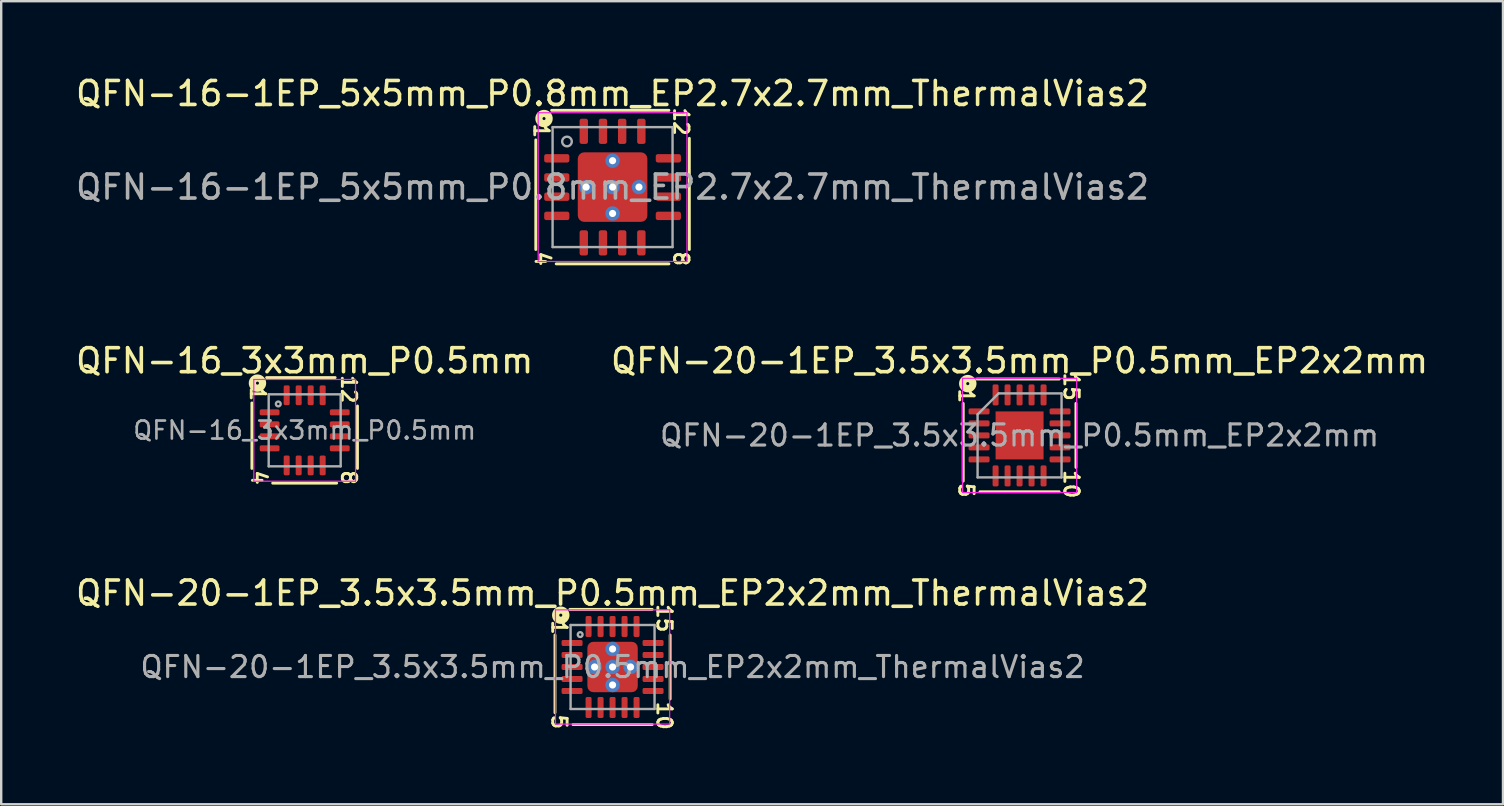
<source format=kicad_pcb>
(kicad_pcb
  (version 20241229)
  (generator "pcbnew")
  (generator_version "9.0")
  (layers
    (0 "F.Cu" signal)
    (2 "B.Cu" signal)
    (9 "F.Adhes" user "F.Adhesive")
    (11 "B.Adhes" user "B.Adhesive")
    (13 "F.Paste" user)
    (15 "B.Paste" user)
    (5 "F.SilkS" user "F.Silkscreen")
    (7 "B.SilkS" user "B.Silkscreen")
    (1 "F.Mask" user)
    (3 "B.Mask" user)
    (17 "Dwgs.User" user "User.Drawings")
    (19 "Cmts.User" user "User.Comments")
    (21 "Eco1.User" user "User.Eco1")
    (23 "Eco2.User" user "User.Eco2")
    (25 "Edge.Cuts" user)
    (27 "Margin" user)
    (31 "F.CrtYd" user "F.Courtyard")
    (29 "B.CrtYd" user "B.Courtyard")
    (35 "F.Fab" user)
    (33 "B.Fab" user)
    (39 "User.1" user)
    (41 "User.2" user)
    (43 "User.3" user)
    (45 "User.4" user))
  (footprint "QFN-20-1EP_3.5x3.5mm_P0.5mm_EP2x2mm_ThermalVias2"
    (layer "F.Cu")
    (at 22.482 24.75)
    (property "Reference" "QFN-20-1EP_3.5x3.5mm_P0.5mm_EP2x2mm_ThermalVias2" (at 0 -3.08 0) (layer "F.SilkS") (effects (font (size 1 1) (thickness 0.15))))
    (attr smd)
    (fp_line (start -2.4 -1.333) (end -2.4 1.905) (stroke (width 0.12) (type solid)) (layer "F.SilkS"))
    (fp_line (start -1.651 2.4) (end 1.651 2.4) (stroke (width 0.12) (type solid)) (layer "F.SilkS"))
    (fp_line (start 1.651 -2.4) (end -1.778 -2.4) (stroke (width 0.12) (type solid)) (layer "F.SilkS"))
    (fp_line (start 2.4 1.333) (end 2.4 -1.333) (stroke (width 0.12) (type solid)) (layer "F.SilkS"))
    (fp_circle (center -2.159 -2.159) (end -2.095 -2.159) (stroke (width 0.3) (type solid)) (fill no) (layer "F.SilkS"))
    (fp_line (start -2.38 -2.38) (end -2.38 2.38) (stroke (width 0.05) (type solid)) (layer "F.CrtYd"))
    (fp_line (start -2.38 2.38) (end 2.38 2.38) (stroke (width 0.05) (type solid)) (layer "F.CrtYd"))
    (fp_line (start 2.38 -2.38) (end -2.38 -2.38) (stroke (width 0.05) (type solid)) (layer "F.CrtYd"))
    (fp_line (start 2.38 2.38) (end 2.38 -2.38) (stroke (width 0.05) (type solid)) (layer "F.CrtYd"))
    (fp_line (start -1.75 -1.75) (end 1.75 -1.75) (stroke (width 0.1) (type solid)) (layer "F.Fab"))
    (fp_line (start -1.75 1.75) (end -1.75 -1.75) (stroke (width 0.1) (type solid)) (layer "F.Fab"))
    (fp_line (start 1.75 -1.75) (end 1.75 1.75) (stroke (width 0.1) (type solid)) (layer "F.Fab"))
    (fp_line (start 1.75 1.75) (end -1.75 1.75) (stroke (width 0.1) (type solid)) (layer "F.Fab"))
    (fp_circle (center -1.35 -1.35) (end -1.25 -1.35) (stroke (width 0.1) (type solid)) (fill no) (layer "F.Fab"))
    (fp_text user "5" (at -2.223 2.286 270) (unlocked yes) (layer "F.SilkS") (effects (font (size 0.6 0.6) (thickness 0.12))))
    (fp_text user "1" (at -2.223 -1.651 270) (unlocked yes) (layer "F.SilkS") (effects (font (size 0.6 0.6) (thickness 0.12))))
    (fp_text user "15" (at 2.159 -2.032 270) (unlocked yes) (layer "F.SilkS") (effects (font (size 0.6 0.6) (thickness 0.12))))
    (fp_text user "10" (at 2.159 2.032 270) (unlocked yes) (layer "F.SilkS") (effects (font (size 0.6 0.6) (thickness 0.12))))
    (fp_text user "${REFERENCE}" (at 0 0 0) (layer "F.Fab") (effects (font (size 0.88 0.88) (thickness 0.13))))
    (pad "" smd roundrect (at -0.625 -0.625) (size 0.5 0.5) (layers "F.Paste") (roundrect_rratio 0.25))
    (pad "" smd roundrect (at -0.625 -0.625) (size 0.65 0.65) (layers "F.Mask") (roundrect_rratio 0.25))
    (pad "" smd roundrect (at -0.625 0.625) (size 0.5 0.5) (layers "F.Paste") (roundrect_rratio 0.25))
    (pad "" smd roundrect (at -0.625 0.625) (size 0.65 0.65) (layers "F.Mask") (roundrect_rratio 0.25))
    (pad "" smd roundrect (at 0.625 -0.625) (size 0.5 0.5) (layers "F.Paste") (roundrect_rratio 0.25))
    (pad "" smd roundrect (at 0.625 -0.625) (size 0.65 0.65) (layers "F.Mask") (roundrect_rratio 0.25))
    (pad "" smd roundrect (at 0.625 0.625) (size 0.5 0.5) (layers "F.Paste") (roundrect_rratio 0.25))
    (pad "" smd roundrect (at 0.625 0.625) (size 0.65 0.65) (layers "F.Mask") (roundrect_rratio 0.25))
    (pad "1" smd roundrect (at -1.688 -1) (size 0.875 0.25) (layers "F.Cu" "F.Mask" "F.Paste") (roundrect_rratio 0.25))
    (pad "2" smd roundrect (at -1.688 -0.5) (size 0.875 0.25) (layers "F.Cu" "F.Mask" "F.Paste") (roundrect_rratio 0.25))
    (pad "3" smd roundrect (at -1.688 0) (size 0.875 0.25) (layers "F.Cu" "F.Mask" "F.Paste") (roundrect_rratio 0.25))
    (pad "4" smd roundrect (at -1.688 0.5) (size 0.875 0.25) (layers "F.Cu" "F.Mask" "F.Paste") (roundrect_rratio 0.25))
    (pad "5" smd roundrect (at -1.688 1) (size 0.875 0.25) (layers "F.Cu" "F.Mask" "F.Paste") (roundrect_rratio 0.25))
    (pad "6" smd roundrect (at -1 1.688) (size 0.25 0.875) (layers "F.Cu" "F.Mask" "F.Paste") (roundrect_rratio 0.25))
    (pad "7" smd roundrect (at -0.5 1.688) (size 0.25 0.875) (layers "F.Cu" "F.Mask" "F.Paste") (roundrect_rratio 0.25))
    (pad "8" smd roundrect (at 0 1.688) (size 0.25 0.875) (layers "F.Cu" "F.Mask" "F.Paste") (roundrect_rratio 0.25))
    (pad "9" smd roundrect (at 0.5 1.688) (size 0.25 0.875) (layers "F.Cu" "F.Mask" "F.Paste") (roundrect_rratio 0.25))
    (pad "10" smd roundrect (at 1 1.688) (size 0.25 0.875) (layers "F.Cu" "F.Mask" "F.Paste") (roundrect_rratio 0.25))
    (pad "11" smd roundrect (at 1.688 1) (size 0.875 0.25) (layers "F.Cu" "F.Mask" "F.Paste") (roundrect_rratio 0.25))
    (pad "12" smd roundrect (at 1.688 0.5) (size 0.875 0.25) (layers "F.Cu" "F.Mask" "F.Paste") (roundrect_rratio 0.25))
    (pad "13" smd roundrect (at 1.688 0) (size 0.875 0.25) (layers "F.Cu" "F.Mask" "F.Paste") (roundrect_rratio 0.25))
    (pad "14" smd roundrect (at 1.688 -0.5) (size 0.875 0.25) (layers "F.Cu" "F.Mask" "F.Paste") (roundrect_rratio 0.25))
    (pad "15" smd roundrect (at 1.688 -1) (size 0.875 0.25) (layers "F.Cu" "F.Mask" "F.Paste") (roundrect_rratio 0.25))
    (pad "16" smd roundrect (at 1 -1.688) (size 0.25 0.875) (layers "F.Cu" "F.Mask" "F.Paste") (roundrect_rratio 0.25))
    (pad "17" smd roundrect (at 0.5 -1.688) (size 0.25 0.875) (layers "F.Cu" "F.Mask" "F.Paste") (roundrect_rratio 0.25))
    (pad "18" smd roundrect (at 0 -1.688) (size 0.25 0.875) (layers "F.Cu" "F.Mask" "F.Paste") (roundrect_rratio 0.25))
    (pad "19" smd roundrect (at -0.5 -1.688) (size 0.25 0.875) (layers "F.Cu" "F.Mask" "F.Paste") (roundrect_rratio 0.25))
    (pad "20" smd roundrect (at -1 -1.688) (size 0.25 0.875) (layers "F.Cu" "F.Mask" "F.Paste") (roundrect_rratio 0.25))
    (pad "21" thru_hole circle (at -0.75 0) (size 0.6 0.6) (drill 0.3) (property pad_prop_heatsink) (layers "*.Cu" "*.Mask"))
    (pad "21" thru_hole circle (at 0 -0.75) (size 0.6 0.6) (drill 0.3) (property pad_prop_heatsink) (layers "*.Cu" "*.Mask"))
    (pad "21" thru_hole circle (at 0 0) (size 0.6 0.6) (drill 0.3) (property pad_prop_heatsink) (layers "*.Cu" "*.Mask"))
    (pad "21" smd roundrect (at 0 0) (size 2.1 2.1) (layers "F.Cu") (roundrect_rratio 0.119))
    (pad "21" thru_hole circle (at 0 0.75) (size 0.6 0.6) (drill 0.3) (property pad_prop_heatsink) (layers "*.Cu" "*.Mask"))
    (pad "21" thru_hole circle (at 0.75 0) (size 0.6 0.6) (drill 0.3) (property pad_prop_heatsink) (layers "*.Cu" "*.Mask")))
  (footprint "QFN-20-1EP_3.5x3.5mm_P0.5mm_EP2x2mm"
    (layer "F.Cu")
    (at 39.446 15.098)
    (property "Reference" "QFN-20-1EP_3.5x3.5mm_P0.5mm_EP2x2mm" (at 0 -3.111 0) (layer "F.SilkS") (effects (font (size 1 1) (thickness 0.15))))
    (attr smd)
    (fp_line (start -2.349 -1.333) (end -2.349 1.905) (stroke (width 0.12) (type solid)) (layer "F.SilkS"))
    (fp_line (start -1.651 2.349) (end 1.651 2.349) (stroke (width 0.12) (type solid)) (layer "F.SilkS"))
    (fp_line (start 1.651 -2.349) (end -1.778 -2.349) (stroke (width 0.12) (type solid)) (layer "F.SilkS"))
    (fp_line (start 2.349 1.333) (end 2.349 -1.333) (stroke (width 0.12) (type solid)) (layer "F.SilkS"))
    (fp_circle (center -2.159 -2.159) (end -2.095 -2.159) (stroke (width 0.3) (type solid)) (fill no) (layer "F.SilkS"))
    (fp_line (start -2.38 -2.38) (end -2.38 2.38) (stroke (width 0.05) (type solid)) (layer "F.CrtYd"))
    (fp_line (start -2.38 2.38) (end 2.38 2.38) (stroke (width 0.05) (type solid)) (layer "F.CrtYd"))
    (fp_line (start 2.38 -2.38) (end -2.38 -2.38) (stroke (width 0.05) (type solid)) (layer "F.CrtYd"))
    (fp_line (start 2.38 2.38) (end 2.38 -2.38) (stroke (width 0.05) (type solid)) (layer "F.CrtYd"))
    (fp_line (start -1.75 -0.875) (end -0.875 -1.75) (stroke (width 0.1) (type solid)) (layer "F.Fab"))
    (fp_line (start -1.75 1.75) (end -1.75 -0.875) (stroke (width 0.1) (type solid)) (layer "F.Fab"))
    (fp_line (start -0.875 -1.75) (end 1.75 -1.75) (stroke (width 0.1) (type solid)) (layer "F.Fab"))
    (fp_line (start 1.75 -1.75) (end 1.75 1.75) (stroke (width 0.1) (type solid)) (layer "F.Fab"))
    (fp_line (start 1.75 1.75) (end -1.75 1.75) (stroke (width 0.1) (type solid)) (layer "F.Fab"))
    (fp_text user "10" (at 2.159 2.032 270) (unlocked yes) (layer "F.SilkS") (effects (font (size 0.6 0.6) (thickness 0.12))))
    (fp_text user "5" (at -2.223 2.286 270) (unlocked yes) (layer "F.SilkS") (effects (font (size 0.6 0.6) (thickness 0.12))))
    (fp_text user "1" (at -2.223 -1.651 270) (unlocked yes) (layer "F.SilkS") (effects (font (size 0.6 0.6) (thickness 0.12))))
    (fp_text user "15" (at 2.159 -2.032 270) (unlocked yes) (layer "F.SilkS") (effects (font (size 0.6 0.6) (thickness 0.12))))
    (fp_text user "${REFERENCE}" (at 0 0 0) (layer "F.Fab") (effects (font (size 0.88 0.88) (thickness 0.13))))
    (pad "" smd roundrect (at -0.5 -0.5) (size 0.81 0.81) (layers "F.Paste") (roundrect_rratio 0.25))
    (pad "" smd roundrect (at -0.5 0.5) (size 0.81 0.81) (layers "F.Paste") (roundrect_rratio 0.25))
    (pad "" smd roundrect (at 0.5 -0.5) (size 0.81 0.81) (layers "F.Paste") (roundrect_rratio 0.25))
    (pad "" smd roundrect (at 0.5 0.5) (size 0.81 0.81) (layers "F.Paste") (roundrect_rratio 0.25))
    (pad "1" smd roundrect (at -1.688 -1) (size 0.875 0.25) (layers "F.Cu" "F.Mask" "F.Paste") (roundrect_rratio 0.25))
    (pad "2" smd roundrect (at -1.688 -0.5) (size 0.875 0.25) (layers "F.Cu" "F.Mask" "F.Paste") (roundrect_rratio 0.25))
    (pad "3" smd roundrect (at -1.688 0) (size 0.875 0.25) (layers "F.Cu" "F.Mask" "F.Paste") (roundrect_rratio 0.25))
    (pad "4" smd roundrect (at -1.688 0.5) (size 0.875 0.25) (layers "F.Cu" "F.Mask" "F.Paste") (roundrect_rratio 0.25))
    (pad "5" smd roundrect (at -1.688 1) (size 0.875 0.25) (layers "F.Cu" "F.Mask" "F.Paste") (roundrect_rratio 0.25))
    (pad "6" smd roundrect (at -1 1.688) (size 0.25 0.875) (layers "F.Cu" "F.Mask" "F.Paste") (roundrect_rratio 0.25))
    (pad "7" smd roundrect (at -0.5 1.688) (size 0.25 0.875) (layers "F.Cu" "F.Mask" "F.Paste") (roundrect_rratio 0.25))
    (pad "8" smd roundrect (at 0 1.688) (size 0.25 0.875) (layers "F.Cu" "F.Mask" "F.Paste") (roundrect_rratio 0.25))
    (pad "9" smd roundrect (at 0.5 1.688) (size 0.25 0.875) (layers "F.Cu" "F.Mask" "F.Paste") (roundrect_rratio 0.25))
    (pad "10" smd roundrect (at 1 1.688) (size 0.25 0.875) (layers "F.Cu" "F.Mask" "F.Paste") (roundrect_rratio 0.25))
    (pad "11" smd roundrect (at 1.688 1) (size 0.875 0.25) (layers "F.Cu" "F.Mask" "F.Paste") (roundrect_rratio 0.25))
    (pad "12" smd roundrect (at 1.688 0.5) (size 0.875 0.25) (layers "F.Cu" "F.Mask" "F.Paste") (roundrect_rratio 0.25))
    (pad "13" smd roundrect (at 1.688 0) (size 0.875 0.25) (layers "F.Cu" "F.Mask" "F.Paste") (roundrect_rratio 0.25))
    (pad "14" smd roundrect (at 1.688 -0.5) (size 0.875 0.25) (layers "F.Cu" "F.Mask" "F.Paste") (roundrect_rratio 0.25))
    (pad "15" smd roundrect (at 1.688 -1) (size 0.875 0.25) (layers "F.Cu" "F.Mask" "F.Paste") (roundrect_rratio 0.25))
    (pad "16" smd roundrect (at 1 -1.688) (size 0.25 0.875) (layers "F.Cu" "F.Mask" "F.Paste") (roundrect_rratio 0.25))
    (pad "17" smd roundrect (at 0.5 -1.688) (size 0.25 0.875) (layers "F.Cu" "F.Mask" "F.Paste") (roundrect_rratio 0.25))
    (pad "18" smd roundrect (at 0 -1.688) (size 0.25 0.875) (layers "F.Cu" "F.Mask" "F.Paste") (roundrect_rratio 0.25))
    (pad "19" smd roundrect (at -0.5 -1.688) (size 0.25 0.875) (layers "F.Cu" "F.Mask" "F.Paste") (roundrect_rratio 0.25))
    (pad "20" smd roundrect (at -1 -1.688) (size 0.25 0.875) (layers "F.Cu" "F.Mask" "F.Paste") (roundrect_rratio 0.25))
    (pad "21" smd rect (at 0 0) (size 2 2) (layers "F.Cu" "F.Mask")))
  (footprint "QFN-16_3x3mm_P0.5mm"
    (layer "F.Cu")
    (at 9.649 14.887)
    (property "Reference" "QFN-16_3x3mm_P0.5mm" (at 0 -2.9 0) (layer "F.SilkS") (effects (font (size 1 1) (thickness 0.15))))
    (attr smd)
    (fp_line (start -2.2 1.587) (end -2.2 -1.143) (stroke (width 0.12) (type solid)) (layer "F.SilkS"))
    (fp_line (start -1.587 -2.2) (end 1.27 -2.2) (stroke (width 0.12) (type solid)) (layer "F.SilkS"))
    (fp_line (start 1.333 2.2) (end -1.333 2.2) (stroke (width 0.12) (type solid)) (layer "F.SilkS"))
    (fp_line (start 2.2 -1.016) (end 2.2 1.587) (stroke (width 0.12) (type solid)) (layer "F.SilkS"))
    (fp_circle (center -1.968 -1.968) (end -1.905 -1.968) (stroke (width 0.3) (type solid)) (fill no) (layer "F.SilkS"))
    (fp_line (start -2.12 -2.12) (end -2.12 2.12) (stroke (width 0.05) (type solid)) (layer "F.CrtYd"))
    (fp_line (start -2.12 2.12) (end 2.12 2.12) (stroke (width 0.05) (type solid)) (layer "F.CrtYd"))
    (fp_line (start 2.12 -2.12) (end -2.12 -2.12) (stroke (width 0.05) (type solid)) (layer "F.CrtYd"))
    (fp_line (start 2.12 2.12) (end 2.12 -2.12) (stroke (width 0.05) (type solid)) (layer "F.CrtYd"))
    (fp_line (start -1.5 -1.5) (end 1.5 -1.5) (stroke (width 0.1) (type solid)) (layer "F.Fab"))
    (fp_line (start -1.5 1.5) (end -1.5 -1.5) (stroke (width 0.1) (type solid)) (layer "F.Fab"))
    (fp_line (start 1.5 -1.5) (end 1.5 1.5) (stroke (width 0.1) (type solid)) (layer "F.Fab"))
    (fp_line (start 1.5 1.5) (end -1.5 1.5) (stroke (width 0.1) (type solid)) (layer "F.Fab"))
    (fp_circle (center -1.1 -1.1) (end -1 -1.1) (stroke (width 0.1) (type solid)) (fill no) (layer "F.Fab"))
    (fp_text user "12" (at 1.841 -1.714 270) (unlocked yes) (layer "F.SilkS") (effects (font (size 0.6 0.6) (thickness 0.12))))
    (fp_text user "4" (at -1.905 1.968 270) (unlocked yes) (layer "F.SilkS") (effects (font (size 0.6 0.6) (thickness 0.12))))
    (fp_text user "1" (at -1.955 -1.524 270) (unlocked yes) (layer "F.SilkS") (effects (font (size 0.6 0.6) (thickness 0.12))))
    (fp_text user "8" (at 1.841 1.968 270) (unlocked yes) (layer "F.SilkS") (effects (font (size 0.6 0.6) (thickness 0.12))))
    (fp_text user "${REFERENCE}" (at 0 0 0) (layer "F.Fab") (effects (font (size 0.75 0.75) (thickness 0.11))))
    (pad "1" smd roundrect (at -1.462 -0.75) (size 0.825 0.25) (layers "F.Cu" "F.Mask" "F.Paste") (roundrect_rratio 0.25))
    (pad "2" smd roundrect (at -1.462 -0.25) (size 0.825 0.25) (layers "F.Cu" "F.Mask" "F.Paste") (roundrect_rratio 0.25))
    (pad "3" smd roundrect (at -1.462 0.25) (size 0.825 0.25) (layers "F.Cu" "F.Mask" "F.Paste") (roundrect_rratio 0.25))
    (pad "4" smd roundrect (at -1.462 0.75) (size 0.825 0.25) (layers "F.Cu" "F.Mask" "F.Paste") (roundrect_rratio 0.25))
    (pad "5" smd roundrect (at -0.75 1.462) (size 0.25 0.825) (layers "F.Cu" "F.Mask" "F.Paste") (roundrect_rratio 0.25))
    (pad "6" smd roundrect (at -0.25 1.462) (size 0.25 0.825) (layers "F.Cu" "F.Mask" "F.Paste") (roundrect_rratio 0.25))
    (pad "7" smd roundrect (at 0.25 1.462) (size 0.25 0.825) (layers "F.Cu" "F.Mask" "F.Paste") (roundrect_rratio 0.25))
    (pad "8" smd roundrect (at 0.75 1.462) (size 0.25 0.825) (layers "F.Cu" "F.Mask" "F.Paste") (roundrect_rratio 0.25))
    (pad "9" smd roundrect (at 1.462 0.75) (size 0.825 0.25) (layers "F.Cu" "F.Mask" "F.Paste") (roundrect_rratio 0.25))
    (pad "10" smd roundrect (at 1.462 0.25) (size 0.825 0.25) (layers "F.Cu" "F.Mask" "F.Paste") (roundrect_rratio 0.25))
    (pad "11" smd roundrect (at 1.462 -0.25) (size 0.825 0.25) (layers "F.Cu" "F.Mask" "F.Paste") (roundrect_rratio 0.25))
    (pad "12" smd roundrect (at 1.462 -0.75) (size 0.825 0.25) (layers "F.Cu" "F.Mask" "F.Paste") (roundrect_rratio 0.25))
    (pad "13" smd roundrect (at 0.75 -1.462) (size 0.25 0.825) (layers "F.Cu" "F.Mask" "F.Paste") (roundrect_rratio 0.25))
    (pad "14" smd roundrect (at 0.25 -1.462) (size 0.25 0.825) (layers "F.Cu" "F.Mask" "F.Paste") (roundrect_rratio 0.25))
    (pad "15" smd roundrect (at -0.25 -1.462) (size 0.25 0.825) (layers "F.Cu" "F.Mask" "F.Paste") (roundrect_rratio 0.25))
    (pad "16" smd roundrect (at -0.75 -1.462) (size 0.25 0.825) (layers "F.Cu" "F.Mask" "F.Paste") (roundrect_rratio 0.25)))
  (footprint "QFN-16-1EP_5x5mm_P0.8mm_EP2.7x2.7mm_ThermalVias2"
    (layer "F.Cu")
    (at 22.482 4.748)
    (property "Reference" "QFN-16-1EP_5x5mm_P0.8mm_EP2.7x2.7mm_ThermalVias2" (at 0 -3.9 0) (layer "F.SilkS") (effects (font (size 1 1) (thickness 0.15))))
    (attr smd)
    (fp_line (start -3.2 -1.968) (end -3.2 2.603) (stroke (width 0.12) (type solid)) (layer "F.SilkS"))
    (fp_line (start -2.349 3.2) (end 2.349 3.2) (stroke (width 0.12) (type solid)) (layer "F.SilkS"))
    (fp_line (start 2.349 -3.2) (end -2.54 -3.2) (stroke (width 0.12) (type solid)) (layer "F.SilkS"))
    (fp_line (start 3.2 2.603) (end 3.2 -2.032) (stroke (width 0.12) (type solid)) (layer "F.SilkS"))
    (fp_circle (center -2.857 -2.857) (end -2.794 -2.857) (stroke (width 0.3) (type solid)) (fill no) (layer "F.SilkS"))
    (fp_line (start -3.1 -3.1) (end -3.1 3.1) (stroke (width 0.05) (type solid)) (layer "F.CrtYd"))
    (fp_line (start -3.1 3.1) (end 3.1 3.1) (stroke (width 0.05) (type solid)) (layer "F.CrtYd"))
    (fp_line (start 3.1 -3.1) (end -3.1 -3.1) (stroke (width 0.05) (type solid)) (layer "F.CrtYd"))
    (fp_line (start 3.1 3.1) (end 3.1 -3.1) (stroke (width 0.05) (type solid)) (layer "F.CrtYd"))
    (fp_line (start -2.5 -2.5) (end 2.5 -2.5) (stroke (width 0.1) (type solid)) (layer "F.Fab"))
    (fp_line (start -2.5 2.5) (end -2.5 -2.5) (stroke (width 0.1) (type solid)) (layer "F.Fab"))
    (fp_line (start 2.5 -2.5) (end 2.5 2.5) (stroke (width 0.1) (type solid)) (layer "F.Fab"))
    (fp_line (start 2.5 2.5) (end -2.5 2.5) (stroke (width 0.1) (type solid)) (layer "F.Fab"))
    (fp_circle (center -1.9 -1.9) (end -1.7 -1.9) (stroke (width 0.1) (type solid)) (fill no) (layer "F.Fab"))
    (fp_text user "12" (at 2.857 -2.731 270) (unlocked yes) (layer "F.SilkS") (effects (font (size 0.6 0.6) (thickness 0.12))))
    (fp_text user "4" (at -2.921 2.985 270) (unlocked yes) (layer "F.SilkS") (effects (font (size 0.6 0.6) (thickness 0.12))))
    (fp_text user "1" (at -2.971 -2.349 270) (unlocked yes) (layer "F.SilkS") (effects (font (size 0.6 0.6) (thickness 0.12))))
    (fp_text user "8" (at 2.857 2.985 270) (unlocked yes) (layer "F.SilkS") (effects (font (size 0.6 0.6) (thickness 0.12))))
    (fp_text user "${REFERENCE}" (at 0 0 0) (layer "F.Fab") (effects (font (size 1 1) (thickness 0.15))))
    (pad "" smd roundrect (at -0.825 -0.825) (size 0.85 0.85) (layers "F.Paste") (roundrect_rratio 0.214))
    (pad "" smd roundrect (at -0.825 -0.825) (size 1.05 1.05) (layers "F.Mask") (roundrect_rratio 0.227))
    (pad "" smd roundrect (at -0.825 0.825) (size 0.85 0.85) (layers "F.Paste") (roundrect_rratio 0.214))
    (pad "" smd roundrect (at -0.825 0.825) (size 1.05 1.05) (layers "F.Mask") (roundrect_rratio 0.227))
    (pad "" smd roundrect (at 0.825 -0.825) (size 0.85 0.85) (layers "F.Paste") (roundrect_rratio 0.214))
    (pad "" smd roundrect (at 0.825 -0.825) (size 1.05 1.05) (layers "F.Mask") (roundrect_rratio 0.227))
    (pad "" smd roundrect (at 0.825 0.825) (size 0.85 0.85) (layers "F.Paste") (roundrect_rratio 0.214))
    (pad "" smd roundrect (at 0.825 0.825) (size 1.05 1.05) (layers "F.Mask") (roundrect_rratio 0.227))
    (pad "1" smd roundrect (at -2.325 -1.2) (size 1.05 0.35) (layers "F.Cu" "F.Mask" "F.Paste") (roundrect_rratio 0.25))
    (pad "2" smd roundrect (at -2.325 -0.4) (size 1.05 0.35) (layers "F.Cu" "F.Mask" "F.Paste") (roundrect_rratio 0.25))
    (pad "3" smd roundrect (at -2.325 0.4) (size 1.05 0.35) (layers "F.Cu" "F.Mask" "F.Paste") (roundrect_rratio 0.25))
    (pad "4" smd roundrect (at -2.325 1.2) (size 1.05 0.35) (layers "F.Cu" "F.Mask" "F.Paste") (roundrect_rratio 0.25))
    (pad "5" smd roundrect (at -1.2 2.325) (size 0.35 1.05) (layers "F.Cu" "F.Mask" "F.Paste") (roundrect_rratio 0.25))
    (pad "6" smd roundrect (at -0.4 2.325) (size 0.35 1.05) (layers "F.Cu" "F.Mask" "F.Paste") (roundrect_rratio 0.25))
    (pad "7" smd roundrect (at 0.4 2.325) (size 0.35 1.05) (layers "F.Cu" "F.Mask" "F.Paste") (roundrect_rratio 0.25))
    (pad "8" smd roundrect (at 1.2 2.325) (size 0.35 1.05) (layers "F.Cu" "F.Mask" "F.Paste") (roundrect_rratio 0.25))
    (pad "9" smd roundrect (at 2.325 1.2) (size 1.05 0.35) (layers "F.Cu" "F.Mask" "F.Paste") (roundrect_rratio 0.25))
    (pad "10" smd roundrect (at 2.325 0.4) (size 1.05 0.35) (layers "F.Cu" "F.Mask" "F.Paste") (roundrect_rratio 0.25))
    (pad "11" smd roundrect (at 2.325 -0.4) (size 1.05 0.35) (layers "F.Cu" "F.Mask" "F.Paste") (roundrect_rratio 0.25))
    (pad "12" smd roundrect (at 2.325 -1.2) (size 1.05 0.35) (layers "F.Cu" "F.Mask" "F.Paste") (roundrect_rratio 0.25))
    (pad "13" smd roundrect (at 1.2 -2.325) (size 0.35 1.05) (layers "F.Cu" "F.Mask" "F.Paste") (roundrect_rratio 0.25))
    (pad "14" smd roundrect (at 0.4 -2.325) (size 0.35 1.05) (layers "F.Cu" "F.Mask" "F.Paste") (roundrect_rratio 0.25))
    (pad "15" smd roundrect (at -0.4 -2.325) (size 0.35 1.05) (layers "F.Cu" "F.Mask" "F.Paste") (roundrect_rratio 0.25))
    (pad "16" smd roundrect (at -1.2 -2.325) (size 0.35 1.05) (layers "F.Cu" "F.Mask" "F.Paste") (roundrect_rratio 0.25))
    (pad "17" thru_hole circle (at -1.1 0) (size 0.6 0.6) (drill 0.3) (property pad_prop_heatsink) (layers "*.Cu" "*.Mask"))
    (pad "17" thru_hole circle (at 0 -1.1) (size 0.6 0.6) (drill 0.3) (property pad_prop_heatsink) (layers "*.Cu" "*.Mask"))
    (pad "17" thru_hole circle (at 0 0) (size 0.6 0.6) (drill 0.3) (property pad_prop_heatsink) (layers "*.Cu" "*.Mask"))
    (pad "17" smd roundrect (at 0 0) (size 2.9 2.9) (layers "F.Cu") (roundrect_rratio 0.093))
    (pad "17" thru_hole circle (at 0 1.1) (size 0.6 0.6) (drill 0.3) (property pad_prop_heatsink) (layers "*.Cu" "*.Mask"))
    (pad "17" thru_hole circle (at 1.1 0) (size 0.6 0.6) (drill 0.3) (property pad_prop_heatsink) (layers "*.Cu" "*.Mask")))
  (gr_rect
    (start -3 -3)
    (end 59.595 30.473)
    (stroke (width 0.1) (type default))
    (fill no)
    (layer "Edge.Cuts")))
</source>
